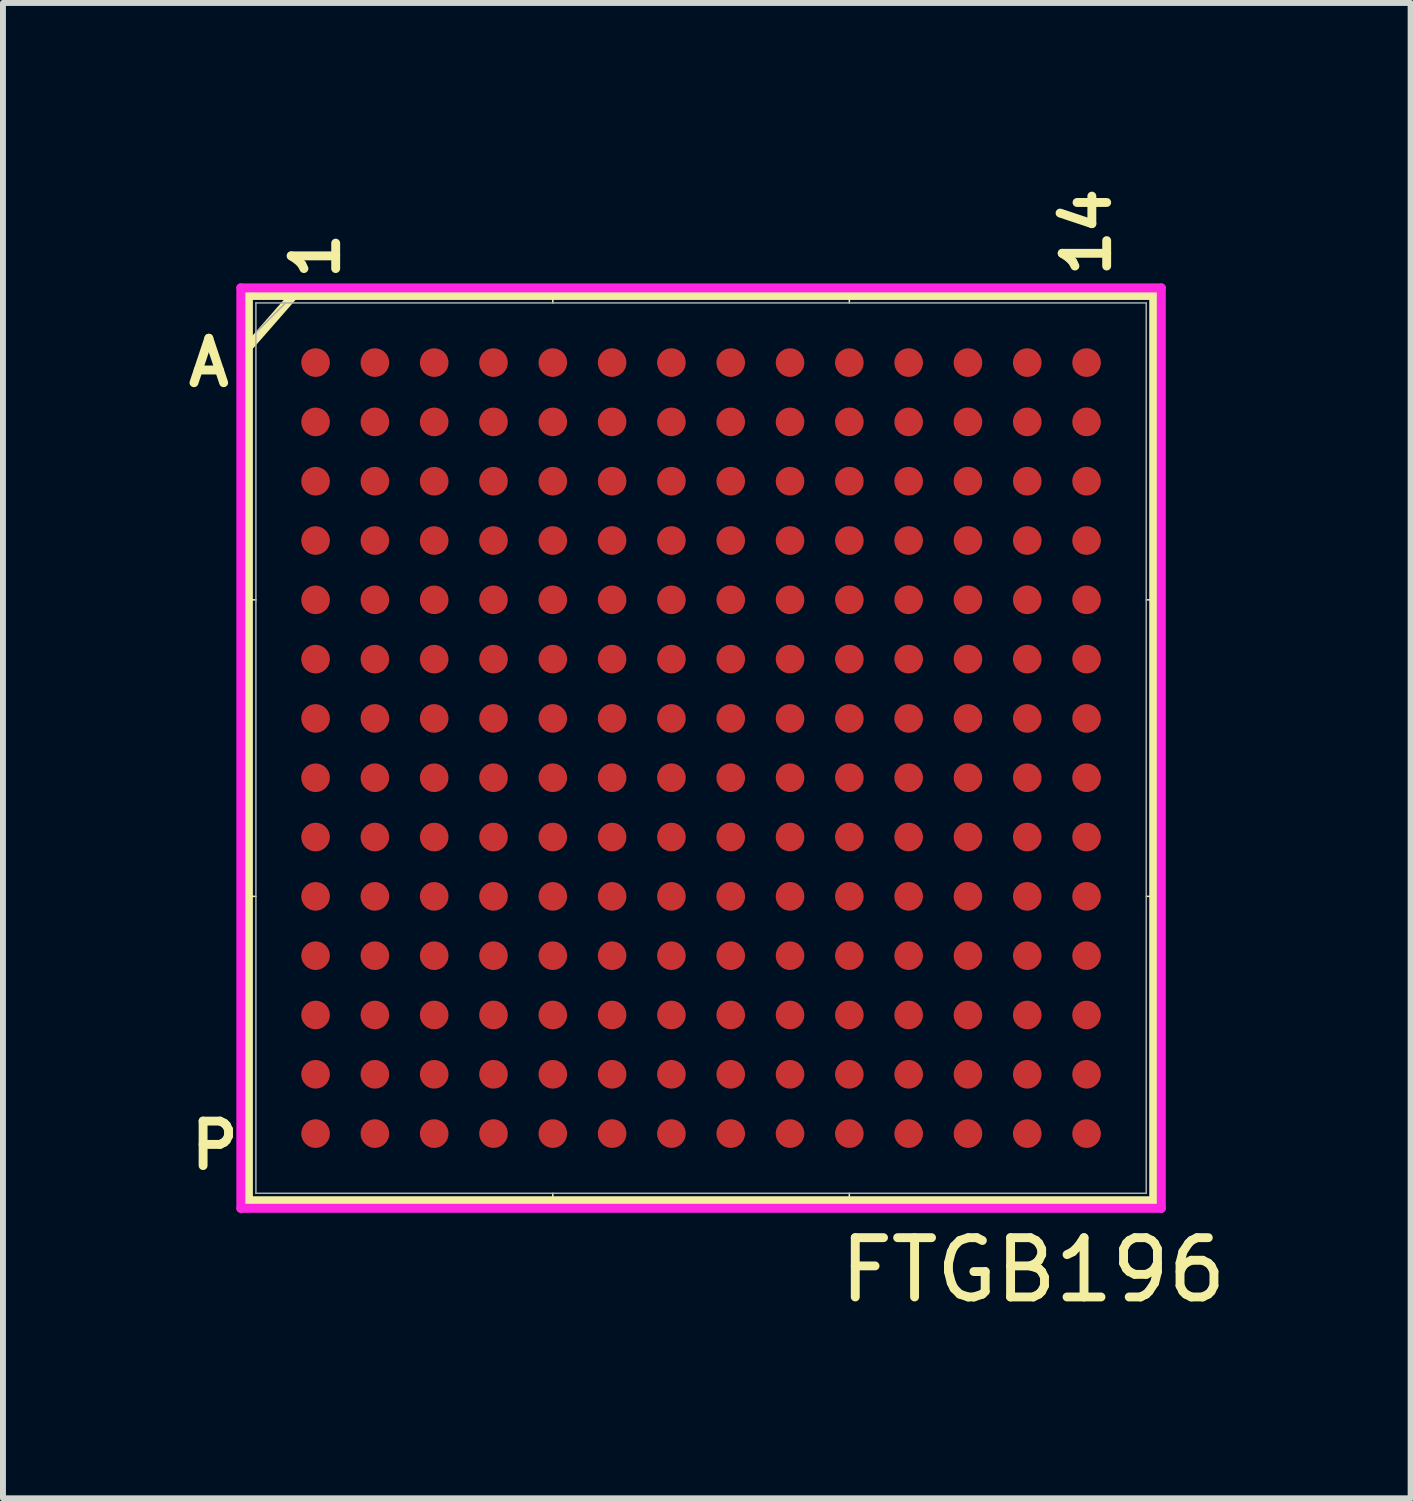
<source format=kicad_pcb>
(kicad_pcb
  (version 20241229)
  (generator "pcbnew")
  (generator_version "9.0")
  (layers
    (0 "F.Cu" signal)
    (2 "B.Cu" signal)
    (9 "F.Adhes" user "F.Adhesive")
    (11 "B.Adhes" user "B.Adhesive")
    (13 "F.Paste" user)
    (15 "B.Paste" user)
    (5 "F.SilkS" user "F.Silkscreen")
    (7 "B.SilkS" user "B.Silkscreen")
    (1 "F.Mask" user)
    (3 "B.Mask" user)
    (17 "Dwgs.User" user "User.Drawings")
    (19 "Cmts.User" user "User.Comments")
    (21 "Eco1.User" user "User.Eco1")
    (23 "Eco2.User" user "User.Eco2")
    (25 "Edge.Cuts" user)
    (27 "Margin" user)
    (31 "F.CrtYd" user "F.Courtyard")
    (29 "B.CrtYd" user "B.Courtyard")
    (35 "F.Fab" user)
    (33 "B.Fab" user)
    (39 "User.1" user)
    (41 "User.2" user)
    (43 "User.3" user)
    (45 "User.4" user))
  (footprint "FTGB196"
    (layer "F.Cu")
    (at 8.771 9.564)
    (property "Reference" "FTGB196" (at 5.6 8.8 0) (unlocked yes) (layer "F.SilkS") (effects (font (size 1 1) (thickness 0.15))))
    (attr smd)
    (fp_line (start -7.633 -7.633) (end -7.633 7.633) (stroke (width 0.152) (type solid)) (layer "F.SilkS"))
    (fp_line (start -7.633 7.633) (end 7.633 7.633) (stroke (width 0.152) (type solid)) (layer "F.SilkS"))
    (fp_line (start -7.6 -6.8) (end -6.9 -7.6) (stroke (width 0.15) (type default)) (layer "F.SilkS"))
    (fp_line (start -7.506 -2.5) (end -7.76 -2.5) (stroke (width 0.025) (type solid)) (layer "F.SilkS"))
    (fp_line (start -7.506 2.5) (end -7.76 2.5) (stroke (width 0.025) (type solid)) (layer "F.SilkS"))
    (fp_line (start -2.5 -7.506) (end -2.5 -7.76) (stroke (width 0.025) (type solid)) (layer "F.SilkS"))
    (fp_line (start -2.5 7.506) (end -2.5 7.76) (stroke (width 0.025) (type solid)) (layer "F.SilkS"))
    (fp_line (start 2.5 -7.506) (end 2.5 -7.76) (stroke (width 0.025) (type solid)) (layer "F.SilkS"))
    (fp_line (start 2.5 7.506) (end 2.5 7.76) (stroke (width 0.025) (type solid)) (layer "F.SilkS"))
    (fp_line (start 7.506 -2.5) (end 7.76 -2.5) (stroke (width 0.025) (type solid)) (layer "F.SilkS"))
    (fp_line (start 7.506 2.5) (end 7.76 2.5) (stroke (width 0.025) (type solid)) (layer "F.SilkS"))
    (fp_line (start 7.633 -7.633) (end -7.633 -7.633) (stroke (width 0.152) (type solid)) (layer "F.SilkS"))
    (fp_line (start 7.633 7.633) (end 7.633 -7.633) (stroke (width 0.152) (type solid)) (layer "F.SilkS"))
    (fp_line (start -7.76 -7.76) (end 7.76 -7.76) (stroke (width 0.152) (type solid)) (layer "F.CrtYd"))
    (fp_line (start -7.76 7.76) (end -7.76 -7.76) (stroke (width 0.152) (type solid)) (layer "F.CrtYd"))
    (fp_line (start 7.76 -7.76) (end 7.76 7.76) (stroke (width 0.152) (type solid)) (layer "F.CrtYd"))
    (fp_line (start 7.76 7.76) (end -7.76 7.76) (stroke (width 0.152) (type solid)) (layer "F.CrtYd"))
    (fp_line (start -7.506 -7.506) (end -7.506 7.506) (stroke (width 0.025) (type solid)) (layer "F.Fab"))
    (fp_line (start -7.506 7.506) (end 7.506 7.506) (stroke (width 0.025) (type solid)) (layer "F.Fab"))
    (fp_line (start -7.006 -7.506) (end -7.506 -7.006) (stroke (width 0.025) (type solid)) (layer "F.Fab"))
    (fp_line (start 7.506 -7.506) (end -7.506 -7.506) (stroke (width 0.025) (type solid)) (layer "F.Fab"))
    (fp_line (start 7.506 7.506) (end 7.506 -7.506) (stroke (width 0.025) (type solid)) (layer "F.Fab"))
    (fp_text user "1" (at -6.5 -8.3 90) (unlocked yes) (layer "F.SilkS") (effects (font (size 0.75 0.75) (thickness 0.15))))
    (fp_text user "P" (at -8.2 6.7 0) (unlocked yes) (layer "F.SilkS") (effects (font (size 0.75 0.75) (thickness 0.15))))
    (fp_text user "A" (at -8.3 -6.5 0) (unlocked yes) (layer "F.SilkS") (effects (font (size 0.75 0.75) (thickness 0.15))))
    (fp_text user "14" (at 6.5 -8.7 90) (unlocked yes) (layer "F.SilkS") (effects (font (size 0.75 0.75) (thickness 0.15))))
    (pad "A1" smd circle (at -6.5 -6.5) (size 0.483 0.483) (layers "F.Cu" "F.Mask" "F.Paste"))
    (pad "A2" smd circle (at -5.5 -6.5) (size 0.483 0.483) (layers "F.Cu" "F.Mask" "F.Paste"))
    (pad "A3" smd circle (at -4.5 -6.5) (size 0.483 0.483) (layers "F.Cu" "F.Mask" "F.Paste"))
    (pad "A4" smd circle (at -3.5 -6.5) (size 0.483 0.483) (layers "F.Cu" "F.Mask" "F.Paste"))
    (pad "A5" smd circle (at -2.5 -6.5) (size 0.483 0.483) (layers "F.Cu" "F.Mask" "F.Paste"))
    (pad "A6" smd circle (at -1.5 -6.5) (size 0.483 0.483) (layers "F.Cu" "F.Mask" "F.Paste"))
    (pad "A7" smd circle (at -0.5 -6.5) (size 0.483 0.483) (layers "F.Cu" "F.Mask" "F.Paste"))
    (pad "A8" smd circle (at 0.5 -6.5) (size 0.483 0.483) (layers "F.Cu" "F.Mask" "F.Paste"))
    (pad "A9" smd circle (at 1.5 -6.5) (size 0.483 0.483) (layers "F.Cu" "F.Mask" "F.Paste"))
    (pad "A10" smd circle (at 2.5 -6.5) (size 0.483 0.483) (layers "F.Cu" "F.Mask" "F.Paste"))
    (pad "A11" smd circle (at 3.5 -6.5) (size 0.483 0.483) (layers "F.Cu" "F.Mask" "F.Paste"))
    (pad "A12" smd circle (at 4.5 -6.5) (size 0.483 0.483) (layers "F.Cu" "F.Mask" "F.Paste"))
    (pad "A13" smd circle (at 5.5 -6.5) (size 0.483 0.483) (layers "F.Cu" "F.Mask" "F.Paste"))
    (pad "A14" smd circle (at 6.5 -6.5) (size 0.483 0.483) (layers "F.Cu" "F.Mask" "F.Paste"))
    (pad "B1" smd circle (at -6.5 -5.5) (size 0.483 0.483) (layers "F.Cu" "F.Mask" "F.Paste"))
    (pad "B2" smd circle (at -5.5 -5.5) (size 0.483 0.483) (layers "F.Cu" "F.Mask" "F.Paste"))
    (pad "B3" smd circle (at -4.5 -5.5) (size 0.483 0.483) (layers "F.Cu" "F.Mask" "F.Paste"))
    (pad "B4" smd circle (at -3.5 -5.5) (size 0.483 0.483) (layers "F.Cu" "F.Mask" "F.Paste"))
    (pad "B5" smd circle (at -2.5 -5.5) (size 0.483 0.483) (layers "F.Cu" "F.Mask" "F.Paste"))
    (pad "B6" smd circle (at -1.5 -5.5) (size 0.483 0.483) (layers "F.Cu" "F.Mask" "F.Paste"))
    (pad "B7" smd circle (at -0.5 -5.5) (size 0.483 0.483) (layers "F.Cu" "F.Mask" "F.Paste"))
    (pad "B8" smd circle (at 0.5 -5.5) (size 0.483 0.483) (layers "F.Cu" "F.Mask" "F.Paste"))
    (pad "B9" smd circle (at 1.5 -5.5) (size 0.483 0.483) (layers "F.Cu" "F.Mask" "F.Paste"))
    (pad "B10" smd circle (at 2.5 -5.5) (size 0.483 0.483) (layers "F.Cu" "F.Mask" "F.Paste"))
    (pad "B11" smd circle (at 3.5 -5.5) (size 0.483 0.483) (layers "F.Cu" "F.Mask" "F.Paste"))
    (pad "B12" smd circle (at 4.5 -5.5) (size 0.483 0.483) (layers "F.Cu" "F.Mask" "F.Paste"))
    (pad "B13" smd circle (at 5.5 -5.5) (size 0.483 0.483) (layers "F.Cu" "F.Mask" "F.Paste"))
    (pad "B14" smd circle (at 6.5 -5.5) (size 0.483 0.483) (layers "F.Cu" "F.Mask" "F.Paste"))
    (pad "C1" smd circle (at -6.5 -4.5) (size 0.483 0.483) (layers "F.Cu" "F.Mask" "F.Paste"))
    (pad "C2" smd circle (at -5.5 -4.5) (size 0.483 0.483) (layers "F.Cu" "F.Mask" "F.Paste"))
    (pad "C3" smd circle (at -4.5 -4.5) (size 0.483 0.483) (layers "F.Cu" "F.Mask" "F.Paste"))
    (pad "C4" smd circle (at -3.5 -4.5) (size 0.483 0.483) (layers "F.Cu" "F.Mask" "F.Paste"))
    (pad "C5" smd circle (at -2.5 -4.5) (size 0.483 0.483) (layers "F.Cu" "F.Mask" "F.Paste"))
    (pad "C6" smd circle (at -1.5 -4.5) (size 0.483 0.483) (layers "F.Cu" "F.Mask" "F.Paste"))
    (pad "C7" smd circle (at -0.5 -4.5) (size 0.483 0.483) (layers "F.Cu" "F.Mask" "F.Paste"))
    (pad "C8" smd circle (at 0.5 -4.5) (size 0.483 0.483) (layers "F.Cu" "F.Mask" "F.Paste"))
    (pad "C9" smd circle (at 1.5 -4.5) (size 0.483 0.483) (layers "F.Cu" "F.Mask" "F.Paste"))
    (pad "C10" smd circle (at 2.5 -4.5) (size 0.483 0.483) (layers "F.Cu" "F.Mask" "F.Paste"))
    (pad "C11" smd circle (at 3.5 -4.5) (size 0.483 0.483) (layers "F.Cu" "F.Mask" "F.Paste"))
    (pad "C12" smd circle (at 4.5 -4.5) (size 0.483 0.483) (layers "F.Cu" "F.Mask" "F.Paste"))
    (pad "C13" smd circle (at 5.5 -4.5) (size 0.483 0.483) (layers "F.Cu" "F.Mask" "F.Paste"))
    (pad "C14" smd circle (at 6.5 -4.5) (size 0.483 0.483) (layers "F.Cu" "F.Mask" "F.Paste"))
    (pad "D1" smd circle (at -6.5 -3.5) (size 0.483 0.483) (layers "F.Cu" "F.Mask" "F.Paste"))
    (pad "D2" smd circle (at -5.5 -3.5) (size 0.483 0.483) (layers "F.Cu" "F.Mask" "F.Paste"))
    (pad "D3" smd circle (at -4.5 -3.5) (size 0.483 0.483) (layers "F.Cu" "F.Mask" "F.Paste"))
    (pad "D4" smd circle (at -3.5 -3.5) (size 0.483 0.483) (layers "F.Cu" "F.Mask" "F.Paste"))
    (pad "D5" smd circle (at -2.5 -3.5) (size 0.483 0.483) (layers "F.Cu" "F.Mask" "F.Paste"))
    (pad "D6" smd circle (at -1.5 -3.5) (size 0.483 0.483) (layers "F.Cu" "F.Mask" "F.Paste"))
    (pad "D7" smd circle (at -0.5 -3.5) (size 0.483 0.483) (layers "F.Cu" "F.Mask" "F.Paste"))
    (pad "D8" smd circle (at 0.5 -3.5) (size 0.483 0.483) (layers "F.Cu" "F.Mask" "F.Paste"))
    (pad "D9" smd circle (at 1.5 -3.5) (size 0.483 0.483) (layers "F.Cu" "F.Mask" "F.Paste"))
    (pad "D10" smd circle (at 2.5 -3.5) (size 0.483 0.483) (layers "F.Cu" "F.Mask" "F.Paste"))
    (pad "D11" smd circle (at 3.5 -3.5) (size 0.483 0.483) (layers "F.Cu" "F.Mask" "F.Paste"))
    (pad "D12" smd circle (at 4.5 -3.5) (size 0.483 0.483) (layers "F.Cu" "F.Mask" "F.Paste"))
    (pad "D13" smd circle (at 5.5 -3.5) (size 0.483 0.483) (layers "F.Cu" "F.Mask" "F.Paste"))
    (pad "D14" smd circle (at 6.5 -3.5) (size 0.483 0.483) (layers "F.Cu" "F.Mask" "F.Paste"))
    (pad "E1" smd circle (at -6.5 -2.5) (size 0.483 0.483) (layers "F.Cu" "F.Mask" "F.Paste"))
    (pad "E2" smd circle (at -5.5 -2.5) (size 0.483 0.483) (layers "F.Cu" "F.Mask" "F.Paste"))
    (pad "E3" smd circle (at -4.5 -2.5) (size 0.483 0.483) (layers "F.Cu" "F.Mask" "F.Paste"))
    (pad "E4" smd circle (at -3.5 -2.5) (size 0.483 0.483) (layers "F.Cu" "F.Mask" "F.Paste"))
    (pad "E5" smd circle (at -2.5 -2.5) (size 0.483 0.483) (layers "F.Cu" "F.Mask" "F.Paste"))
    (pad "E6" smd circle (at -1.5 -2.5) (size 0.483 0.483) (layers "F.Cu" "F.Mask" "F.Paste"))
    (pad "E7" smd circle (at -0.5 -2.5) (size 0.483 0.483) (layers "F.Cu" "F.Mask" "F.Paste"))
    (pad "E8" smd circle (at 0.5 -2.5) (size 0.483 0.483) (layers "F.Cu" "F.Mask" "F.Paste"))
    (pad "E9" smd circle (at 1.5 -2.5) (size 0.483 0.483) (layers "F.Cu" "F.Mask" "F.Paste"))
    (pad "E10" smd circle (at 2.5 -2.5) (size 0.483 0.483) (layers "F.Cu" "F.Mask" "F.Paste"))
    (pad "E11" smd circle (at 3.5 -2.5) (size 0.483 0.483) (layers "F.Cu" "F.Mask" "F.Paste"))
    (pad "E12" smd circle (at 4.5 -2.5) (size 0.483 0.483) (layers "F.Cu" "F.Mask" "F.Paste"))
    (pad "E13" smd circle (at 5.5 -2.5) (size 0.483 0.483) (layers "F.Cu" "F.Mask" "F.Paste"))
    (pad "E14" smd circle (at 6.5 -2.5) (size 0.483 0.483) (layers "F.Cu" "F.Mask" "F.Paste"))
    (pad "F1" smd circle (at -6.5 -1.5) (size 0.483 0.483) (layers "F.Cu" "F.Mask" "F.Paste"))
    (pad "F2" smd circle (at -5.5 -1.5) (size 0.483 0.483) (layers "F.Cu" "F.Mask" "F.Paste"))
    (pad "F3" smd circle (at -4.5 -1.5) (size 0.483 0.483) (layers "F.Cu" "F.Mask" "F.Paste"))
    (pad "F4" smd circle (at -3.5 -1.5) (size 0.483 0.483) (layers "F.Cu" "F.Mask" "F.Paste"))
    (pad "F5" smd circle (at -2.5 -1.5) (size 0.483 0.483) (layers "F.Cu" "F.Mask" "F.Paste"))
    (pad "F6" smd circle (at -1.5 -1.5) (size 0.483 0.483) (layers "F.Cu" "F.Mask" "F.Paste"))
    (pad "F7" smd circle (at -0.5 -1.5) (size 0.483 0.483) (layers "F.Cu" "F.Mask" "F.Paste"))
    (pad "F8" smd circle (at 0.5 -1.5) (size 0.483 0.483) (layers "F.Cu" "F.Mask" "F.Paste"))
    (pad "F9" smd circle (at 1.5 -1.5) (size 0.483 0.483) (layers "F.Cu" "F.Mask" "F.Paste"))
    (pad "F10" smd circle (at 2.5 -1.5) (size 0.483 0.483) (layers "F.Cu" "F.Mask" "F.Paste"))
    (pad "F11" smd circle (at 3.5 -1.5) (size 0.483 0.483) (layers "F.Cu" "F.Mask" "F.Paste"))
    (pad "F12" smd circle (at 4.5 -1.5) (size 0.483 0.483) (layers "F.Cu" "F.Mask" "F.Paste"))
    (pad "F13" smd circle (at 5.5 -1.5) (size 0.483 0.483) (layers "F.Cu" "F.Mask" "F.Paste"))
    (pad "F14" smd circle (at 6.5 -1.5) (size 0.483 0.483) (layers "F.Cu" "F.Mask" "F.Paste"))
    (pad "G1" smd circle (at -6.5 -0.5) (size 0.483 0.483) (layers "F.Cu" "F.Mask" "F.Paste"))
    (pad "G2" smd circle (at -5.5 -0.5) (size 0.483 0.483) (layers "F.Cu" "F.Mask" "F.Paste"))
    (pad "G3" smd circle (at -4.5 -0.5) (size 0.483 0.483) (layers "F.Cu" "F.Mask" "F.Paste"))
    (pad "G4" smd circle (at -3.5 -0.5) (size 0.483 0.483) (layers "F.Cu" "F.Mask" "F.Paste"))
    (pad "G5" smd circle (at -2.5 -0.5) (size 0.483 0.483) (layers "F.Cu" "F.Mask" "F.Paste"))
    (pad "G6" smd circle (at -1.5 -0.5) (size 0.483 0.483) (layers "F.Cu" "F.Mask" "F.Paste"))
    (pad "G7" smd circle (at -0.5 -0.5) (size 0.483 0.483) (layers "F.Cu" "F.Mask" "F.Paste"))
    (pad "G8" smd circle (at 0.5 -0.5) (size 0.483 0.483) (layers "F.Cu" "F.Mask" "F.Paste"))
    (pad "G9" smd circle (at 1.5 -0.5) (size 0.483 0.483) (layers "F.Cu" "F.Mask" "F.Paste"))
    (pad "G10" smd circle (at 2.5 -0.5) (size 0.483 0.483) (layers "F.Cu" "F.Mask" "F.Paste"))
    (pad "G11" smd circle (at 3.5 -0.5) (size 0.483 0.483) (layers "F.Cu" "F.Mask" "F.Paste"))
    (pad "G12" smd circle (at 4.5 -0.5) (size 0.483 0.483) (layers "F.Cu" "F.Mask" "F.Paste"))
    (pad "G13" smd circle (at 5.5 -0.5) (size 0.483 0.483) (layers "F.Cu" "F.Mask" "F.Paste"))
    (pad "G14" smd circle (at 6.5 -0.5) (size 0.483 0.483) (layers "F.Cu" "F.Mask" "F.Paste"))
    (pad "H1" smd circle (at -6.5 0.5) (size 0.483 0.483) (layers "F.Cu" "F.Mask" "F.Paste"))
    (pad "H2" smd circle (at -5.5 0.5) (size 0.483 0.483) (layers "F.Cu" "F.Mask" "F.Paste"))
    (pad "H3" smd circle (at -4.5 0.5) (size 0.483 0.483) (layers "F.Cu" "F.Mask" "F.Paste"))
    (pad "H4" smd circle (at -3.5 0.5) (size 0.483 0.483) (layers "F.Cu" "F.Mask" "F.Paste"))
    (pad "H5" smd circle (at -2.5 0.5) (size 0.483 0.483) (layers "F.Cu" "F.Mask" "F.Paste"))
    (pad "H6" smd circle (at -1.5 0.5) (size 0.483 0.483) (layers "F.Cu" "F.Mask" "F.Paste"))
    (pad "H7" smd circle (at -0.5 0.5) (size 0.483 0.483) (layers "F.Cu" "F.Mask" "F.Paste"))
    (pad "H8" smd circle (at 0.5 0.5) (size 0.483 0.483) (layers "F.Cu" "F.Mask" "F.Paste"))
    (pad "H9" smd circle (at 1.5 0.5) (size 0.483 0.483) (layers "F.Cu" "F.Mask" "F.Paste"))
    (pad "H10" smd circle (at 2.5 0.5) (size 0.483 0.483) (layers "F.Cu" "F.Mask" "F.Paste"))
    (pad "H11" smd circle (at 3.5 0.5) (size 0.483 0.483) (layers "F.Cu" "F.Mask" "F.Paste"))
    (pad "H12" smd circle (at 4.5 0.5) (size 0.483 0.483) (layers "F.Cu" "F.Mask" "F.Paste"))
    (pad "H13" smd circle (at 5.5 0.5) (size 0.483 0.483) (layers "F.Cu" "F.Mask" "F.Paste"))
    (pad "H14" smd circle (at 6.5 0.5) (size 0.483 0.483) (layers "F.Cu" "F.Mask" "F.Paste"))
    (pad "J1" smd circle (at -6.5 1.5) (size 0.483 0.483) (layers "F.Cu" "F.Mask" "F.Paste"))
    (pad "J2" smd circle (at -5.5 1.5) (size 0.483 0.483) (layers "F.Cu" "F.Mask" "F.Paste"))
    (pad "J3" smd circle (at -4.5 1.5) (size 0.483 0.483) (layers "F.Cu" "F.Mask" "F.Paste"))
    (pad "J4" smd circle (at -3.5 1.5) (size 0.483 0.483) (layers "F.Cu" "F.Mask" "F.Paste"))
    (pad "J5" smd circle (at -2.5 1.5) (size 0.483 0.483) (layers "F.Cu" "F.Mask" "F.Paste"))
    (pad "J6" smd circle (at -1.5 1.5) (size 0.483 0.483) (layers "F.Cu" "F.Mask" "F.Paste"))
    (pad "J7" smd circle (at -0.5 1.5) (size 0.483 0.483) (layers "F.Cu" "F.Mask" "F.Paste"))
    (pad "J8" smd circle (at 0.5 1.5) (size 0.483 0.483) (layers "F.Cu" "F.Mask" "F.Paste"))
    (pad "J9" smd circle (at 1.5 1.5) (size 0.483 0.483) (layers "F.Cu" "F.Mask" "F.Paste"))
    (pad "J10" smd circle (at 2.5 1.5) (size 0.483 0.483) (layers "F.Cu" "F.Mask" "F.Paste"))
    (pad "J11" smd circle (at 3.5 1.5) (size 0.483 0.483) (layers "F.Cu" "F.Mask" "F.Paste"))
    (pad "J12" smd circle (at 4.5 1.5) (size 0.483 0.483) (layers "F.Cu" "F.Mask" "F.Paste"))
    (pad "J13" smd circle (at 5.5 1.5) (size 0.483 0.483) (layers "F.Cu" "F.Mask" "F.Paste"))
    (pad "J14" smd circle (at 6.5 1.5) (size 0.483 0.483) (layers "F.Cu" "F.Mask" "F.Paste"))
    (pad "K1" smd circle (at -6.5 2.5) (size 0.483 0.483) (layers "F.Cu" "F.Mask" "F.Paste"))
    (pad "K2" smd circle (at -5.5 2.5) (size 0.483 0.483) (layers "F.Cu" "F.Mask" "F.Paste"))
    (pad "K3" smd circle (at -4.5 2.5) (size 0.483 0.483) (layers "F.Cu" "F.Mask" "F.Paste"))
    (pad "K4" smd circle (at -3.5 2.5) (size 0.483 0.483) (layers "F.Cu" "F.Mask" "F.Paste"))
    (pad "K5" smd circle (at -2.5 2.5) (size 0.483 0.483) (layers "F.Cu" "F.Mask" "F.Paste"))
    (pad "K6" smd circle (at -1.5 2.5) (size 0.483 0.483) (layers "F.Cu" "F.Mask" "F.Paste"))
    (pad "K7" smd circle (at -0.5 2.5) (size 0.483 0.483) (layers "F.Cu" "F.Mask" "F.Paste"))
    (pad "K8" smd circle (at 0.5 2.5) (size 0.483 0.483) (layers "F.Cu" "F.Mask" "F.Paste"))
    (pad "K9" smd circle (at 1.5 2.5) (size 0.483 0.483) (layers "F.Cu" "F.Mask" "F.Paste"))
    (pad "K10" smd circle (at 2.5 2.5) (size 0.483 0.483) (layers "F.Cu" "F.Mask" "F.Paste"))
    (pad "K11" smd circle (at 3.5 2.5) (size 0.483 0.483) (layers "F.Cu" "F.Mask" "F.Paste"))
    (pad "K12" smd circle (at 4.5 2.5) (size 0.483 0.483) (layers "F.Cu" "F.Mask" "F.Paste"))
    (pad "K13" smd circle (at 5.5 2.5) (size 0.483 0.483) (layers "F.Cu" "F.Mask" "F.Paste"))
    (pad "K14" smd circle (at 6.5 2.5) (size 0.483 0.483) (layers "F.Cu" "F.Mask" "F.Paste"))
    (pad "L1" smd circle (at -6.5 3.5) (size 0.483 0.483) (layers "F.Cu" "F.Mask" "F.Paste"))
    (pad "L2" smd circle (at -5.5 3.5) (size 0.483 0.483) (layers "F.Cu" "F.Mask" "F.Paste"))
    (pad "L3" smd circle (at -4.5 3.5) (size 0.483 0.483) (layers "F.Cu" "F.Mask" "F.Paste"))
    (pad "L4" smd circle (at -3.5 3.5) (size 0.483 0.483) (layers "F.Cu" "F.Mask" "F.Paste"))
    (pad "L5" smd circle (at -2.5 3.5) (size 0.483 0.483) (layers "F.Cu" "F.Mask" "F.Paste"))
    (pad "L6" smd circle (at -1.5 3.5) (size 0.483 0.483) (layers "F.Cu" "F.Mask" "F.Paste"))
    (pad "L7" smd circle (at -0.5 3.5) (size 0.483 0.483) (layers "F.Cu" "F.Mask" "F.Paste"))
    (pad "L8" smd circle (at 0.5 3.5) (size 0.483 0.483) (layers "F.Cu" "F.Mask" "F.Paste"))
    (pad "L9" smd circle (at 1.5 3.5) (size 0.483 0.483) (layers "F.Cu" "F.Mask" "F.Paste"))
    (pad "L10" smd circle (at 2.5 3.5) (size 0.483 0.483) (layers "F.Cu" "F.Mask" "F.Paste"))
    (pad "L11" smd circle (at 3.5 3.5) (size 0.483 0.483) (layers "F.Cu" "F.Mask" "F.Paste"))
    (pad "L12" smd circle (at 4.5 3.5) (size 0.483 0.483) (layers "F.Cu" "F.Mask" "F.Paste"))
    (pad "L13" smd circle (at 5.5 3.5) (size 0.483 0.483) (layers "F.Cu" "F.Mask" "F.Paste"))
    (pad "L14" smd circle (at 6.5 3.5) (size 0.483 0.483) (layers "F.Cu" "F.Mask" "F.Paste"))
    (pad "M1" smd circle (at -6.5 4.5) (size 0.483 0.483) (layers "F.Cu" "F.Mask" "F.Paste"))
    (pad "M2" smd circle (at -5.5 4.5) (size 0.483 0.483) (layers "F.Cu" "F.Mask" "F.Paste"))
    (pad "M3" smd circle (at -4.5 4.5) (size 0.483 0.483) (layers "F.Cu" "F.Mask" "F.Paste"))
    (pad "M4" smd circle (at -3.5 4.5) (size 0.483 0.483) (layers "F.Cu" "F.Mask" "F.Paste"))
    (pad "M5" smd circle (at -2.5 4.5) (size 0.483 0.483) (layers "F.Cu" "F.Mask" "F.Paste"))
    (pad "M6" smd circle (at -1.5 4.5) (size 0.483 0.483) (layers "F.Cu" "F.Mask" "F.Paste"))
    (pad "M7" smd circle (at -0.5 4.5) (size 0.483 0.483) (layers "F.Cu" "F.Mask" "F.Paste"))
    (pad "M8" smd circle (at 0.5 4.5) (size 0.483 0.483) (layers "F.Cu" "F.Mask" "F.Paste"))
    (pad "M9" smd circle (at 1.5 4.5) (size 0.483 0.483) (layers "F.Cu" "F.Mask" "F.Paste"))
    (pad "M10" smd circle (at 2.5 4.5) (size 0.483 0.483) (layers "F.Cu" "F.Mask" "F.Paste"))
    (pad "M11" smd circle (at 3.5 4.5) (size 0.483 0.483) (layers "F.Cu" "F.Mask" "F.Paste"))
    (pad "M12" smd circle (at 4.5 4.5) (size 0.483 0.483) (layers "F.Cu" "F.Mask" "F.Paste"))
    (pad "M13" smd circle (at 5.5 4.5) (size 0.483 0.483) (layers "F.Cu" "F.Mask" "F.Paste"))
    (pad "M14" smd circle (at 6.5 4.5) (size 0.483 0.483) (layers "F.Cu" "F.Mask" "F.Paste"))
    (pad "N1" smd circle (at -6.5 5.5) (size 0.483 0.483) (layers "F.Cu" "F.Mask" "F.Paste"))
    (pad "N2" smd circle (at -5.5 5.5) (size 0.483 0.483) (layers "F.Cu" "F.Mask" "F.Paste"))
    (pad "N3" smd circle (at -4.5 5.5) (size 0.483 0.483) (layers "F.Cu" "F.Mask" "F.Paste"))
    (pad "N4" smd circle (at -3.5 5.5) (size 0.483 0.483) (layers "F.Cu" "F.Mask" "F.Paste"))
    (pad "N5" smd circle (at -2.5 5.5) (size 0.483 0.483) (layers "F.Cu" "F.Mask" "F.Paste"))
    (pad "N6" smd circle (at -1.5 5.5) (size 0.483 0.483) (layers "F.Cu" "F.Mask" "F.Paste"))
    (pad "N7" smd circle (at -0.5 5.5) (size 0.483 0.483) (layers "F.Cu" "F.Mask" "F.Paste"))
    (pad "N8" smd circle (at 0.5 5.5) (size 0.483 0.483) (layers "F.Cu" "F.Mask" "F.Paste"))
    (pad "N9" smd circle (at 1.5 5.5) (size 0.483 0.483) (layers "F.Cu" "F.Mask" "F.Paste"))
    (pad "N10" smd circle (at 2.5 5.5) (size 0.483 0.483) (layers "F.Cu" "F.Mask" "F.Paste"))
    (pad "N11" smd circle (at 3.5 5.5) (size 0.483 0.483) (layers "F.Cu" "F.Mask" "F.Paste"))
    (pad "N12" smd circle (at 4.5 5.5) (size 0.483 0.483) (layers "F.Cu" "F.Mask" "F.Paste"))
    (pad "N13" smd circle (at 5.5 5.5) (size 0.483 0.483) (layers "F.Cu" "F.Mask" "F.Paste"))
    (pad "N14" smd circle (at 6.5 5.5) (size 0.483 0.483) (layers "F.Cu" "F.Mask" "F.Paste"))
    (pad "P1" smd circle (at -6.5 6.5) (size 0.483 0.483) (layers "F.Cu" "F.Mask" "F.Paste"))
    (pad "P2" smd circle (at -5.5 6.5) (size 0.483 0.483) (layers "F.Cu" "F.Mask" "F.Paste"))
    (pad "P3" smd circle (at -4.5 6.5) (size 0.483 0.483) (layers "F.Cu" "F.Mask" "F.Paste"))
    (pad "P4" smd circle (at -3.5 6.5) (size 0.483 0.483) (layers "F.Cu" "F.Mask" "F.Paste"))
    (pad "P5" smd circle (at -2.5 6.5) (size 0.483 0.483) (layers "F.Cu" "F.Mask" "F.Paste"))
    (pad "P6" smd circle (at -1.5 6.5) (size 0.483 0.483) (layers "F.Cu" "F.Mask" "F.Paste"))
    (pad "P7" smd circle (at -0.5 6.5) (size 0.483 0.483) (layers "F.Cu" "F.Mask" "F.Paste"))
    (pad "P8" smd circle (at 0.5 6.5) (size 0.483 0.483) (layers "F.Cu" "F.Mask" "F.Paste"))
    (pad "P9" smd circle (at 1.5 6.5) (size 0.483 0.483) (layers "F.Cu" "F.Mask" "F.Paste"))
    (pad "P10" smd circle (at 2.5 6.5) (size 0.483 0.483) (layers "F.Cu" "F.Mask" "F.Paste"))
    (pad "P11" smd circle (at 3.5 6.5) (size 0.483 0.483) (layers "F.Cu" "F.Mask" "F.Paste"))
    (pad "P12" smd circle (at 4.5 6.5) (size 0.483 0.483) (layers "F.Cu" "F.Mask" "F.Paste"))
    (pad "P13" smd circle (at 5.5 6.5) (size 0.483 0.483) (layers "F.Cu" "F.Mask" "F.Paste"))
    (pad "P14" smd circle (at 6.5 6.5) (size 0.483 0.483) (layers "F.Cu" "F.Mask" "F.Paste")))
  (gr_rect
    (start -3 -3)
    (end 20.735 22.213)
    (stroke (width 0.1) (type default))
    (fill no)
    (layer "Edge.Cuts")))
</source>
